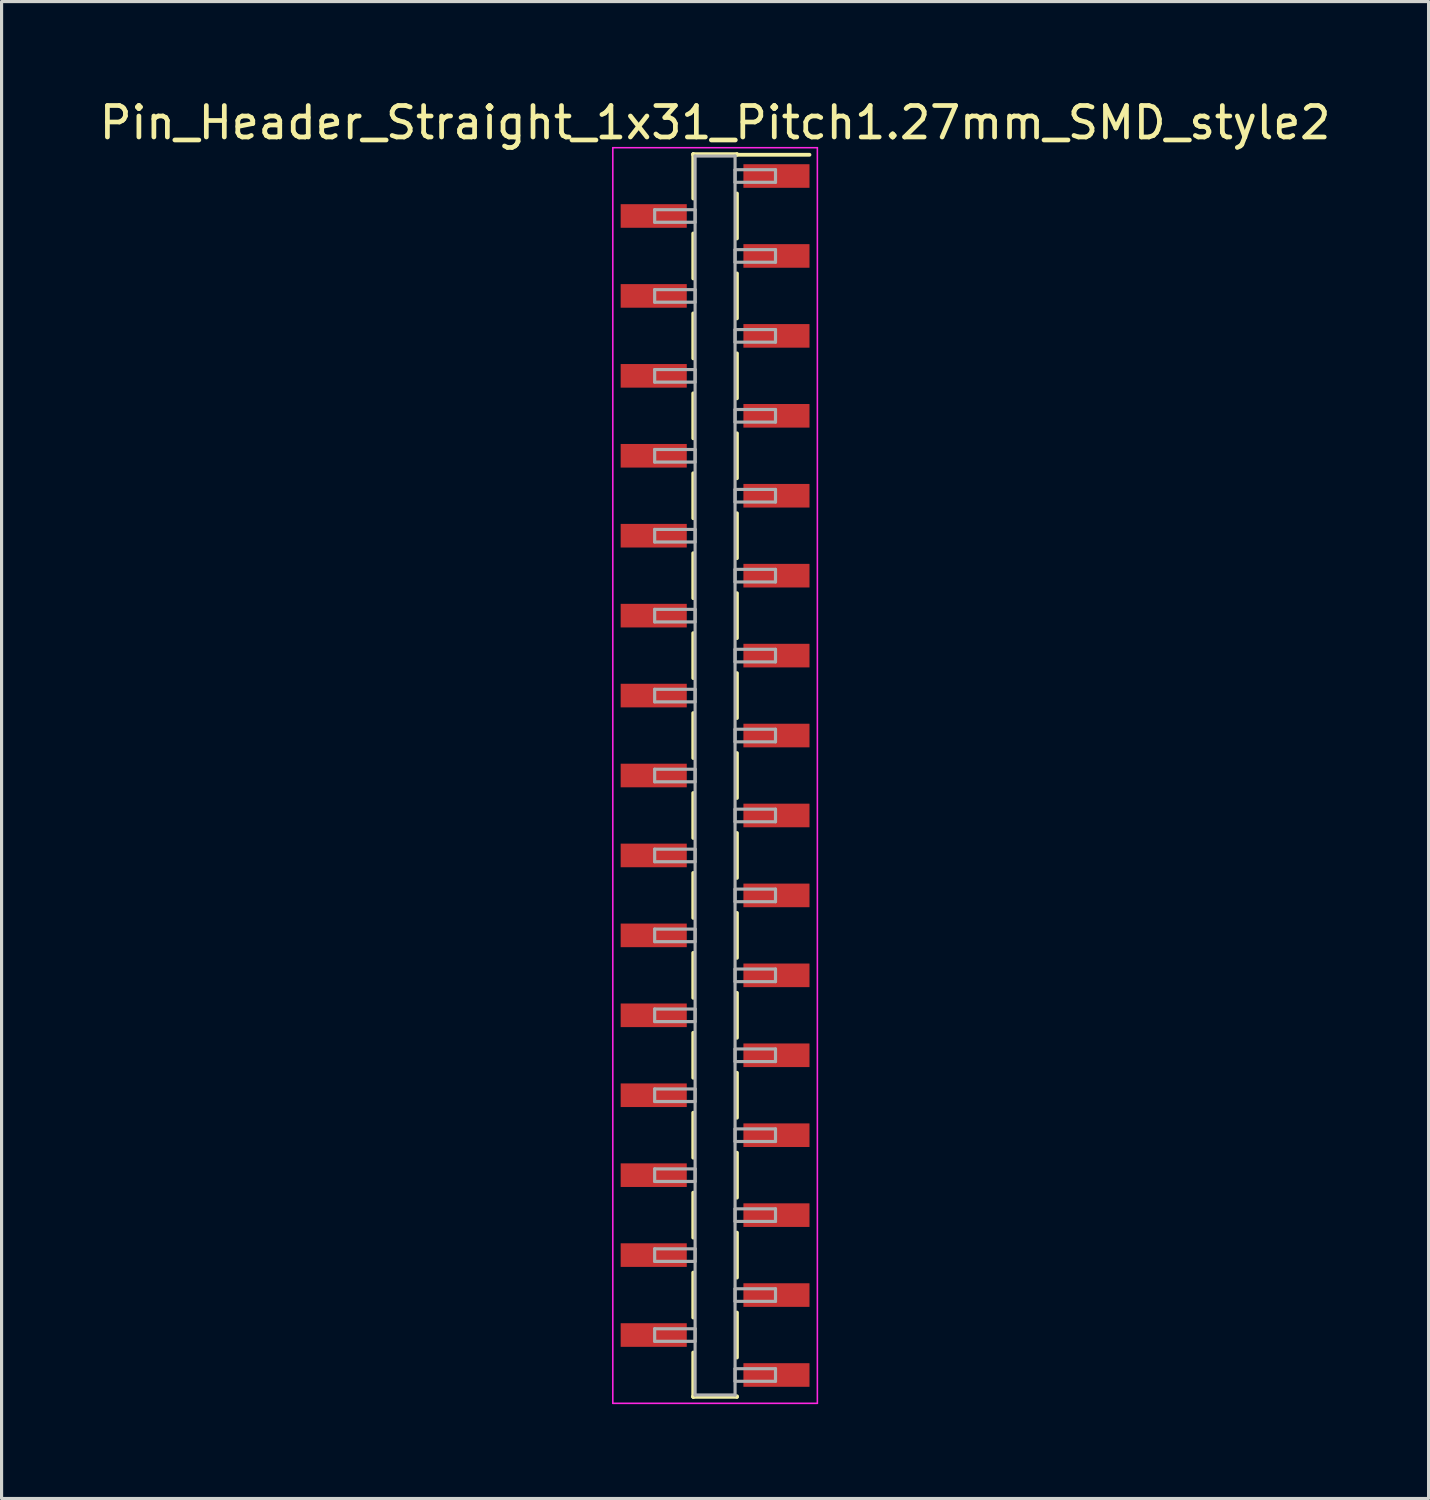
<source format=kicad_pcb>
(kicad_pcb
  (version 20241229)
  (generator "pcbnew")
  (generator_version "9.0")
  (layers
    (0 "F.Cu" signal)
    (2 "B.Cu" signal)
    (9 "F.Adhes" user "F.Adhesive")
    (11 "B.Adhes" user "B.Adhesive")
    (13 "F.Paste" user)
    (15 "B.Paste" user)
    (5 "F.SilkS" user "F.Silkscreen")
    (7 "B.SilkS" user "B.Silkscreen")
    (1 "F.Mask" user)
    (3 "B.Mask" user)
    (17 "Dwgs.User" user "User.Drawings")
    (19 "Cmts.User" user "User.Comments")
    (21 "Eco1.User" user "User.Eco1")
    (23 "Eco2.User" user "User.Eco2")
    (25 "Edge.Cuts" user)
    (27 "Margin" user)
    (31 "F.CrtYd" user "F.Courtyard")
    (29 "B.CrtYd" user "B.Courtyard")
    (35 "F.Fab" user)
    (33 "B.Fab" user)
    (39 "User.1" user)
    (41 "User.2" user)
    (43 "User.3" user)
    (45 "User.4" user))
  (footprint "Pin_Header_Straight_1x31_Pitch1.27mm_SMD_style2"
    (layer "F.Cu")
    (at 19.673 21.593)
    (property "Reference" "Pin_Header_Straight_1x31_Pitch1.27mm_SMD_style2" (at 0 -20.745 0) (layer "F.SilkS") (effects (font (size 1 1) (thickness 0.15))))
    (attr smd)
    (fp_line (start -0.695 -19.745) (end -0.695 -18.335) (stroke (width 0.12) (type solid)) (layer "F.SilkS"))
    (fp_line (start -0.695 -19.745) (end 0.695 -19.745) (stroke (width 0.12) (type solid)) (layer "F.SilkS"))
    (fp_line (start -0.695 -19.725) (end -0.695 -19.745) (stroke (width 0.12) (type solid)) (layer "F.SilkS"))
    (fp_line (start -0.695 -17.225) (end -0.695 -15.795) (stroke (width 0.12) (type solid)) (layer "F.SilkS"))
    (fp_line (start -0.695 -14.685) (end -0.695 -13.255) (stroke (width 0.12) (type solid)) (layer "F.SilkS"))
    (fp_line (start -0.695 -12.145) (end -0.695 -10.715) (stroke (width 0.12) (type solid)) (layer "F.SilkS"))
    (fp_line (start -0.695 -9.605) (end -0.695 -8.175) (stroke (width 0.12) (type solid)) (layer "F.SilkS"))
    (fp_line (start -0.695 -7.065) (end -0.695 -5.635) (stroke (width 0.12) (type solid)) (layer "F.SilkS"))
    (fp_line (start -0.695 -4.525) (end -0.695 -3.095) (stroke (width 0.12) (type solid)) (layer "F.SilkS"))
    (fp_line (start -0.695 -1.985) (end -0.695 -0.555) (stroke (width 0.12) (type solid)) (layer "F.SilkS"))
    (fp_line (start -0.695 0.555) (end -0.695 1.985) (stroke (width 0.12) (type solid)) (layer "F.SilkS"))
    (fp_line (start -0.695 3.095) (end -0.695 4.525) (stroke (width 0.12) (type solid)) (layer "F.SilkS"))
    (fp_line (start -0.695 5.635) (end -0.695 7.065) (stroke (width 0.12) (type solid)) (layer "F.SilkS"))
    (fp_line (start -0.695 8.175) (end -0.695 9.605) (stroke (width 0.12) (type solid)) (layer "F.SilkS"))
    (fp_line (start -0.695 10.715) (end -0.695 12.145) (stroke (width 0.12) (type solid)) (layer "F.SilkS"))
    (fp_line (start -0.695 13.255) (end -0.695 14.685) (stroke (width 0.12) (type solid)) (layer "F.SilkS"))
    (fp_line (start -0.695 15.795) (end -0.695 17.225) (stroke (width 0.12) (type solid)) (layer "F.SilkS"))
    (fp_line (start -0.695 18.335) (end -0.695 19.745) (stroke (width 0.12) (type solid)) (layer "F.SilkS"))
    (fp_line (start -0.695 19.725) (end -0.695 19.745) (stroke (width 0.12) (type solid)) (layer "F.SilkS"))
    (fp_line (start -0.695 19.745) (end 0.695 19.745) (stroke (width 0.12) (type solid)) (layer "F.SilkS"))
    (fp_line (start 0.695 -19.745) (end 0.695 -19.725) (stroke (width 0.12) (type solid)) (layer "F.SilkS"))
    (fp_line (start 0.695 -19.725) (end 3 -19.725) (stroke (width 0.12) (type solid)) (layer "F.SilkS"))
    (fp_line (start 0.695 -18.495) (end 0.695 -17.065) (stroke (width 0.12) (type solid)) (layer "F.SilkS"))
    (fp_line (start 0.695 -15.955) (end 0.695 -14.525) (stroke (width 0.12) (type solid)) (layer "F.SilkS"))
    (fp_line (start 0.695 -13.415) (end 0.695 -11.985) (stroke (width 0.12) (type solid)) (layer "F.SilkS"))
    (fp_line (start 0.695 -10.875) (end 0.695 -9.445) (stroke (width 0.12) (type solid)) (layer "F.SilkS"))
    (fp_line (start 0.695 -8.335) (end 0.695 -6.905) (stroke (width 0.12) (type solid)) (layer "F.SilkS"))
    (fp_line (start 0.695 -5.795) (end 0.695 -4.365) (stroke (width 0.12) (type solid)) (layer "F.SilkS"))
    (fp_line (start 0.695 -3.255) (end 0.695 -1.825) (stroke (width 0.12) (type solid)) (layer "F.SilkS"))
    (fp_line (start 0.695 -0.715) (end 0.695 0.715) (stroke (width 0.12) (type solid)) (layer "F.SilkS"))
    (fp_line (start 0.695 1.825) (end 0.695 3.255) (stroke (width 0.12) (type solid)) (layer "F.SilkS"))
    (fp_line (start 0.695 4.365) (end 0.695 5.795) (stroke (width 0.12) (type solid)) (layer "F.SilkS"))
    (fp_line (start 0.695 6.905) (end 0.695 8.335) (stroke (width 0.12) (type solid)) (layer "F.SilkS"))
    (fp_line (start 0.695 9.445) (end 0.695 10.875) (stroke (width 0.12) (type solid)) (layer "F.SilkS"))
    (fp_line (start 0.695 11.985) (end 0.695 13.415) (stroke (width 0.12) (type solid)) (layer "F.SilkS"))
    (fp_line (start 0.695 14.525) (end 0.695 15.955) (stroke (width 0.12) (type solid)) (layer "F.SilkS"))
    (fp_line (start 0.695 17.065) (end 0.695 18.495) (stroke (width 0.12) (type solid)) (layer "F.SilkS"))
    (fp_line (start 0.695 19.745) (end 0.695 19.725) (stroke (width 0.12) (type solid)) (layer "F.SilkS"))
    (fp_line (start -3.25 -19.95) (end -3.25 19.95) (stroke (width 0.05) (type solid)) (layer "F.CrtYd"))
    (fp_line (start -3.25 19.95) (end 3.25 19.95) (stroke (width 0.05) (type solid)) (layer "F.CrtYd"))
    (fp_line (start 3.25 -19.95) (end -3.25 -19.95) (stroke (width 0.05) (type solid)) (layer "F.CrtYd"))
    (fp_line (start 3.25 19.95) (end 3.25 -19.95) (stroke (width 0.05) (type solid)) (layer "F.CrtYd"))
    (fp_line (start -1.92 -17.98) (end -0.635 -17.98) (stroke (width 0.1) (type solid)) (layer "F.Fab"))
    (fp_line (start -1.92 -17.58) (end -1.92 -17.98) (stroke (width 0.1) (type solid)) (layer "F.Fab"))
    (fp_line (start -1.92 -15.44) (end -0.635 -15.44) (stroke (width 0.1) (type solid)) (layer "F.Fab"))
    (fp_line (start -1.92 -15.04) (end -1.92 -15.44) (stroke (width 0.1) (type solid)) (layer "F.Fab"))
    (fp_line (start -1.92 -12.9) (end -0.635 -12.9) (stroke (width 0.1) (type solid)) (layer "F.Fab"))
    (fp_line (start -1.92 -12.5) (end -1.92 -12.9) (stroke (width 0.1) (type solid)) (layer "F.Fab"))
    (fp_line (start -1.92 -10.36) (end -0.635 -10.36) (stroke (width 0.1) (type solid)) (layer "F.Fab"))
    (fp_line (start -1.92 -9.96) (end -1.92 -10.36) (stroke (width 0.1) (type solid)) (layer "F.Fab"))
    (fp_line (start -1.92 -7.82) (end -0.635 -7.82) (stroke (width 0.1) (type solid)) (layer "F.Fab"))
    (fp_line (start -1.92 -7.42) (end -1.92 -7.82) (stroke (width 0.1) (type solid)) (layer "F.Fab"))
    (fp_line (start -1.92 -5.28) (end -0.635 -5.28) (stroke (width 0.1) (type solid)) (layer "F.Fab"))
    (fp_line (start -1.92 -4.88) (end -1.92 -5.28) (stroke (width 0.1) (type solid)) (layer "F.Fab"))
    (fp_line (start -1.92 -2.74) (end -0.635 -2.74) (stroke (width 0.1) (type solid)) (layer "F.Fab"))
    (fp_line (start -1.92 -2.34) (end -1.92 -2.74) (stroke (width 0.1) (type solid)) (layer "F.Fab"))
    (fp_line (start -1.92 -0.2) (end -0.635 -0.2) (stroke (width 0.1) (type solid)) (layer "F.Fab"))
    (fp_line (start -1.92 0.2) (end -1.92 -0.2) (stroke (width 0.1) (type solid)) (layer "F.Fab"))
    (fp_line (start -1.92 2.34) (end -0.635 2.34) (stroke (width 0.1) (type solid)) (layer "F.Fab"))
    (fp_line (start -1.92 2.74) (end -1.92 2.34) (stroke (width 0.1) (type solid)) (layer "F.Fab"))
    (fp_line (start -1.92 4.88) (end -0.635 4.88) (stroke (width 0.1) (type solid)) (layer "F.Fab"))
    (fp_line (start -1.92 5.28) (end -1.92 4.88) (stroke (width 0.1) (type solid)) (layer "F.Fab"))
    (fp_line (start -1.92 7.42) (end -0.635 7.42) (stroke (width 0.1) (type solid)) (layer "F.Fab"))
    (fp_line (start -1.92 7.82) (end -1.92 7.42) (stroke (width 0.1) (type solid)) (layer "F.Fab"))
    (fp_line (start -1.92 9.96) (end -0.635 9.96) (stroke (width 0.1) (type solid)) (layer "F.Fab"))
    (fp_line (start -1.92 10.36) (end -1.92 9.96) (stroke (width 0.1) (type solid)) (layer "F.Fab"))
    (fp_line (start -1.92 12.5) (end -0.635 12.5) (stroke (width 0.1) (type solid)) (layer "F.Fab"))
    (fp_line (start -1.92 12.9) (end -1.92 12.5) (stroke (width 0.1) (type solid)) (layer "F.Fab"))
    (fp_line (start -1.92 15.04) (end -0.635 15.04) (stroke (width 0.1) (type solid)) (layer "F.Fab"))
    (fp_line (start -1.92 15.44) (end -1.92 15.04) (stroke (width 0.1) (type solid)) (layer "F.Fab"))
    (fp_line (start -1.92 17.58) (end -0.635 17.58) (stroke (width 0.1) (type solid)) (layer "F.Fab"))
    (fp_line (start -1.92 17.98) (end -1.92 17.58) (stroke (width 0.1) (type solid)) (layer "F.Fab"))
    (fp_line (start -0.635 -19.685) (end -0.635 19.685) (stroke (width 0.1) (type solid)) (layer "F.Fab"))
    (fp_line (start -0.635 -17.98) (end -0.635 -17.58) (stroke (width 0.1) (type solid)) (layer "F.Fab"))
    (fp_line (start -0.635 -17.58) (end -1.92 -17.58) (stroke (width 0.1) (type solid)) (layer "F.Fab"))
    (fp_line (start -0.635 -15.44) (end -0.635 -15.04) (stroke (width 0.1) (type solid)) (layer "F.Fab"))
    (fp_line (start -0.635 -15.04) (end -1.92 -15.04) (stroke (width 0.1) (type solid)) (layer "F.Fab"))
    (fp_line (start -0.635 -12.9) (end -0.635 -12.5) (stroke (width 0.1) (type solid)) (layer "F.Fab"))
    (fp_line (start -0.635 -12.5) (end -1.92 -12.5) (stroke (width 0.1) (type solid)) (layer "F.Fab"))
    (fp_line (start -0.635 -10.36) (end -0.635 -9.96) (stroke (width 0.1) (type solid)) (layer "F.Fab"))
    (fp_line (start -0.635 -9.96) (end -1.92 -9.96) (stroke (width 0.1) (type solid)) (layer "F.Fab"))
    (fp_line (start -0.635 -7.82) (end -0.635 -7.42) (stroke (width 0.1) (type solid)) (layer "F.Fab"))
    (fp_line (start -0.635 -7.42) (end -1.92 -7.42) (stroke (width 0.1) (type solid)) (layer "F.Fab"))
    (fp_line (start -0.635 -5.28) (end -0.635 -4.88) (stroke (width 0.1) (type solid)) (layer "F.Fab"))
    (fp_line (start -0.635 -4.88) (end -1.92 -4.88) (stroke (width 0.1) (type solid)) (layer "F.Fab"))
    (fp_line (start -0.635 -2.74) (end -0.635 -2.34) (stroke (width 0.1) (type solid)) (layer "F.Fab"))
    (fp_line (start -0.635 -2.34) (end -1.92 -2.34) (stroke (width 0.1) (type solid)) (layer "F.Fab"))
    (fp_line (start -0.635 -0.2) (end -0.635 0.2) (stroke (width 0.1) (type solid)) (layer "F.Fab"))
    (fp_line (start -0.635 0.2) (end -1.92 0.2) (stroke (width 0.1) (type solid)) (layer "F.Fab"))
    (fp_line (start -0.635 2.34) (end -0.635 2.74) (stroke (width 0.1) (type solid)) (layer "F.Fab"))
    (fp_line (start -0.635 2.74) (end -1.92 2.74) (stroke (width 0.1) (type solid)) (layer "F.Fab"))
    (fp_line (start -0.635 4.88) (end -0.635 5.28) (stroke (width 0.1) (type solid)) (layer "F.Fab"))
    (fp_line (start -0.635 5.28) (end -1.92 5.28) (stroke (width 0.1) (type solid)) (layer "F.Fab"))
    (fp_line (start -0.635 7.42) (end -0.635 7.82) (stroke (width 0.1) (type solid)) (layer "F.Fab"))
    (fp_line (start -0.635 7.82) (end -1.92 7.82) (stroke (width 0.1) (type solid)) (layer "F.Fab"))
    (fp_line (start -0.635 9.96) (end -0.635 10.36) (stroke (width 0.1) (type solid)) (layer "F.Fab"))
    (fp_line (start -0.635 10.36) (end -1.92 10.36) (stroke (width 0.1) (type solid)) (layer "F.Fab"))
    (fp_line (start -0.635 12.5) (end -0.635 12.9) (stroke (width 0.1) (type solid)) (layer "F.Fab"))
    (fp_line (start -0.635 12.9) (end -1.92 12.9) (stroke (width 0.1) (type solid)) (layer "F.Fab"))
    (fp_line (start -0.635 15.04) (end -0.635 15.44) (stroke (width 0.1) (type solid)) (layer "F.Fab"))
    (fp_line (start -0.635 15.44) (end -1.92 15.44) (stroke (width 0.1) (type solid)) (layer "F.Fab"))
    (fp_line (start -0.635 17.58) (end -0.635 17.98) (stroke (width 0.1) (type solid)) (layer "F.Fab"))
    (fp_line (start -0.635 17.98) (end -1.92 17.98) (stroke (width 0.1) (type solid)) (layer "F.Fab"))
    (fp_line (start -0.635 19.685) (end 0.635 19.685) (stroke (width 0.1) (type solid)) (layer "F.Fab"))
    (fp_line (start 0.635 -19.685) (end -0.635 -19.685) (stroke (width 0.1) (type solid)) (layer "F.Fab"))
    (fp_line (start 0.635 -19.25) (end 0.635 -18.85) (stroke (width 0.1) (type solid)) (layer "F.Fab"))
    (fp_line (start 0.635 -18.85) (end 1.92 -18.85) (stroke (width 0.1) (type solid)) (layer "F.Fab"))
    (fp_line (start 0.635 -16.71) (end 0.635 -16.31) (stroke (width 0.1) (type solid)) (layer "F.Fab"))
    (fp_line (start 0.635 -16.31) (end 1.92 -16.31) (stroke (width 0.1) (type solid)) (layer "F.Fab"))
    (fp_line (start 0.635 -14.17) (end 0.635 -13.77) (stroke (width 0.1) (type solid)) (layer "F.Fab"))
    (fp_line (start 0.635 -13.77) (end 1.92 -13.77) (stroke (width 0.1) (type solid)) (layer "F.Fab"))
    (fp_line (start 0.635 -11.63) (end 0.635 -11.23) (stroke (width 0.1) (type solid)) (layer "F.Fab"))
    (fp_line (start 0.635 -11.23) (end 1.92 -11.23) (stroke (width 0.1) (type solid)) (layer "F.Fab"))
    (fp_line (start 0.635 -9.09) (end 0.635 -8.69) (stroke (width 0.1) (type solid)) (layer "F.Fab"))
    (fp_line (start 0.635 -8.69) (end 1.92 -8.69) (stroke (width 0.1) (type solid)) (layer "F.Fab"))
    (fp_line (start 0.635 -6.55) (end 0.635 -6.15) (stroke (width 0.1) (type solid)) (layer "F.Fab"))
    (fp_line (start 0.635 -6.15) (end 1.92 -6.15) (stroke (width 0.1) (type solid)) (layer "F.Fab"))
    (fp_line (start 0.635 -4.01) (end 0.635 -3.61) (stroke (width 0.1) (type solid)) (layer "F.Fab"))
    (fp_line (start 0.635 -3.61) (end 1.92 -3.61) (stroke (width 0.1) (type solid)) (layer "F.Fab"))
    (fp_line (start 0.635 -1.47) (end 0.635 -1.07) (stroke (width 0.1) (type solid)) (layer "F.Fab"))
    (fp_line (start 0.635 -1.07) (end 1.92 -1.07) (stroke (width 0.1) (type solid)) (layer "F.Fab"))
    (fp_line (start 0.635 1.07) (end 0.635 1.47) (stroke (width 0.1) (type solid)) (layer "F.Fab"))
    (fp_line (start 0.635 1.47) (end 1.92 1.47) (stroke (width 0.1) (type solid)) (layer "F.Fab"))
    (fp_line (start 0.635 3.61) (end 0.635 4.01) (stroke (width 0.1) (type solid)) (layer "F.Fab"))
    (fp_line (start 0.635 4.01) (end 1.92 4.01) (stroke (width 0.1) (type solid)) (layer "F.Fab"))
    (fp_line (start 0.635 6.15) (end 0.635 6.55) (stroke (width 0.1) (type solid)) (layer "F.Fab"))
    (fp_line (start 0.635 6.55) (end 1.92 6.55) (stroke (width 0.1) (type solid)) (layer "F.Fab"))
    (fp_line (start 0.635 8.69) (end 0.635 9.09) (stroke (width 0.1) (type solid)) (layer "F.Fab"))
    (fp_line (start 0.635 9.09) (end 1.92 9.09) (stroke (width 0.1) (type solid)) (layer "F.Fab"))
    (fp_line (start 0.635 11.23) (end 0.635 11.63) (stroke (width 0.1) (type solid)) (layer "F.Fab"))
    (fp_line (start 0.635 11.63) (end 1.92 11.63) (stroke (width 0.1) (type solid)) (layer "F.Fab"))
    (fp_line (start 0.635 13.77) (end 0.635 14.17) (stroke (width 0.1) (type solid)) (layer "F.Fab"))
    (fp_line (start 0.635 14.17) (end 1.92 14.17) (stroke (width 0.1) (type solid)) (layer "F.Fab"))
    (fp_line (start 0.635 16.31) (end 0.635 16.71) (stroke (width 0.1) (type solid)) (layer "F.Fab"))
    (fp_line (start 0.635 16.71) (end 1.92 16.71) (stroke (width 0.1) (type solid)) (layer "F.Fab"))
    (fp_line (start 0.635 18.85) (end 0.635 19.25) (stroke (width 0.1) (type solid)) (layer "F.Fab"))
    (fp_line (start 0.635 19.25) (end 1.92 19.25) (stroke (width 0.1) (type solid)) (layer "F.Fab"))
    (fp_line (start 0.635 19.685) (end 0.635 -19.685) (stroke (width 0.1) (type solid)) (layer "F.Fab"))
    (fp_line (start 1.92 -19.25) (end 0.635 -19.25) (stroke (width 0.1) (type solid)) (layer "F.Fab"))
    (fp_line (start 1.92 -18.85) (end 1.92 -19.25) (stroke (width 0.1) (type solid)) (layer "F.Fab"))
    (fp_line (start 1.92 -16.71) (end 0.635 -16.71) (stroke (width 0.1) (type solid)) (layer "F.Fab"))
    (fp_line (start 1.92 -16.31) (end 1.92 -16.71) (stroke (width 0.1) (type solid)) (layer "F.Fab"))
    (fp_line (start 1.92 -14.17) (end 0.635 -14.17) (stroke (width 0.1) (type solid)) (layer "F.Fab"))
    (fp_line (start 1.92 -13.77) (end 1.92 -14.17) (stroke (width 0.1) (type solid)) (layer "F.Fab"))
    (fp_line (start 1.92 -11.63) (end 0.635 -11.63) (stroke (width 0.1) (type solid)) (layer "F.Fab"))
    (fp_line (start 1.92 -11.23) (end 1.92 -11.63) (stroke (width 0.1) (type solid)) (layer "F.Fab"))
    (fp_line (start 1.92 -9.09) (end 0.635 -9.09) (stroke (width 0.1) (type solid)) (layer "F.Fab"))
    (fp_line (start 1.92 -8.69) (end 1.92 -9.09) (stroke (width 0.1) (type solid)) (layer "F.Fab"))
    (fp_line (start 1.92 -6.55) (end 0.635 -6.55) (stroke (width 0.1) (type solid)) (layer "F.Fab"))
    (fp_line (start 1.92 -6.15) (end 1.92 -6.55) (stroke (width 0.1) (type solid)) (layer "F.Fab"))
    (fp_line (start 1.92 -4.01) (end 0.635 -4.01) (stroke (width 0.1) (type solid)) (layer "F.Fab"))
    (fp_line (start 1.92 -3.61) (end 1.92 -4.01) (stroke (width 0.1) (type solid)) (layer "F.Fab"))
    (fp_line (start 1.92 -1.47) (end 0.635 -1.47) (stroke (width 0.1) (type solid)) (layer "F.Fab"))
    (fp_line (start 1.92 -1.07) (end 1.92 -1.47) (stroke (width 0.1) (type solid)) (layer "F.Fab"))
    (fp_line (start 1.92 1.07) (end 0.635 1.07) (stroke (width 0.1) (type solid)) (layer "F.Fab"))
    (fp_line (start 1.92 1.47) (end 1.92 1.07) (stroke (width 0.1) (type solid)) (layer "F.Fab"))
    (fp_line (start 1.92 3.61) (end 0.635 3.61) (stroke (width 0.1) (type solid)) (layer "F.Fab"))
    (fp_line (start 1.92 4.01) (end 1.92 3.61) (stroke (width 0.1) (type solid)) (layer "F.Fab"))
    (fp_line (start 1.92 6.15) (end 0.635 6.15) (stroke (width 0.1) (type solid)) (layer "F.Fab"))
    (fp_line (start 1.92 6.55) (end 1.92 6.15) (stroke (width 0.1) (type solid)) (layer "F.Fab"))
    (fp_line (start 1.92 8.69) (end 0.635 8.69) (stroke (width 0.1) (type solid)) (layer "F.Fab"))
    (fp_line (start 1.92 9.09) (end 1.92 8.69) (stroke (width 0.1) (type solid)) (layer "F.Fab"))
    (fp_line (start 1.92 11.23) (end 0.635 11.23) (stroke (width 0.1) (type solid)) (layer "F.Fab"))
    (fp_line (start 1.92 11.63) (end 1.92 11.23) (stroke (width 0.1) (type solid)) (layer "F.Fab"))
    (fp_line (start 1.92 13.77) (end 0.635 13.77) (stroke (width 0.1) (type solid)) (layer "F.Fab"))
    (fp_line (start 1.92 14.17) (end 1.92 13.77) (stroke (width 0.1) (type solid)) (layer "F.Fab"))
    (fp_line (start 1.92 16.31) (end 0.635 16.31) (stroke (width 0.1) (type solid)) (layer "F.Fab"))
    (fp_line (start 1.92 16.71) (end 1.92 16.31) (stroke (width 0.1) (type solid)) (layer "F.Fab"))
    (fp_line (start 1.92 18.85) (end 0.635 18.85) (stroke (width 0.1) (type solid)) (layer "F.Fab"))
    (fp_line (start 1.92 19.25) (end 1.92 18.85) (stroke (width 0.1) (type solid)) (layer "F.Fab"))
    (pad "1" smd rect (at 1.95 -19.05) (size 2.1 0.75) (layers "F.Cu" "F.Mask"))
    (pad "2" smd rect (at -1.95 -17.78) (size 2.1 0.75) (layers "F.Cu" "F.Mask"))
    (pad "3" smd rect (at 1.95 -16.51) (size 2.1 0.75) (layers "F.Cu" "F.Mask"))
    (pad "4" smd rect (at -1.95 -15.24) (size 2.1 0.75) (layers "F.Cu" "F.Mask"))
    (pad "5" smd rect (at 1.95 -13.97) (size 2.1 0.75) (layers "F.Cu" "F.Mask"))
    (pad "6" smd rect (at -1.95 -12.7) (size 2.1 0.75) (layers "F.Cu" "F.Mask"))
    (pad "7" smd rect (at 1.95 -11.43) (size 2.1 0.75) (layers "F.Cu" "F.Mask"))
    (pad "8" smd rect (at -1.95 -10.16) (size 2.1 0.75) (layers "F.Cu" "F.Mask"))
    (pad "9" smd rect (at 1.95 -8.89) (size 2.1 0.75) (layers "F.Cu" "F.Mask"))
    (pad "10" smd rect (at -1.95 -7.62) (size 2.1 0.75) (layers "F.Cu" "F.Mask"))
    (pad "11" smd rect (at 1.95 -6.35) (size 2.1 0.75) (layers "F.Cu" "F.Mask"))
    (pad "12" smd rect (at -1.95 -5.08) (size 2.1 0.75) (layers "F.Cu" "F.Mask"))
    (pad "13" smd rect (at 1.95 -3.81) (size 2.1 0.75) (layers "F.Cu" "F.Mask"))
    (pad "14" smd rect (at -1.95 -2.54) (size 2.1 0.75) (layers "F.Cu" "F.Mask"))
    (pad "15" smd rect (at 1.95 -1.27) (size 2.1 0.75) (layers "F.Cu" "F.Mask"))
    (pad "16" smd rect (at -1.95 0) (size 2.1 0.75) (layers "F.Cu" "F.Mask"))
    (pad "17" smd rect (at 1.95 1.27) (size 2.1 0.75) (layers "F.Cu" "F.Mask"))
    (pad "18" smd rect (at -1.95 2.54) (size 2.1 0.75) (layers "F.Cu" "F.Mask"))
    (pad "19" smd rect (at 1.95 3.81) (size 2.1 0.75) (layers "F.Cu" "F.Mask"))
    (pad "20" smd rect (at -1.95 5.08) (size 2.1 0.75) (layers "F.Cu" "F.Mask"))
    (pad "21" smd rect (at 1.95 6.35) (size 2.1 0.75) (layers "F.Cu" "F.Mask"))
    (pad "22" smd rect (at -1.95 7.62) (size 2.1 0.75) (layers "F.Cu" "F.Mask"))
    (pad "23" smd rect (at 1.95 8.89) (size 2.1 0.75) (layers "F.Cu" "F.Mask"))
    (pad "24" smd rect (at -1.95 10.16) (size 2.1 0.75) (layers "F.Cu" "F.Mask"))
    (pad "25" smd rect (at 1.95 11.43) (size 2.1 0.75) (layers "F.Cu" "F.Mask"))
    (pad "26" smd rect (at -1.95 12.7) (size 2.1 0.75) (layers "F.Cu" "F.Mask"))
    (pad "27" smd rect (at 1.95 13.97) (size 2.1 0.75) (layers "F.Cu" "F.Mask"))
    (pad "28" smd rect (at -1.95 15.24) (size 2.1 0.75) (layers "F.Cu" "F.Mask"))
    (pad "29" smd rect (at 1.95 16.51) (size 2.1 0.75) (layers "F.Cu" "F.Mask"))
    (pad "30" smd rect (at -1.95 17.78) (size 2.1 0.75) (layers "F.Cu" "F.Mask"))
    (pad "31" smd rect (at 1.95 19.05) (size 2.1 0.75) (layers "F.Cu" "F.Mask")))
  (gr_rect
    (start -3 -3)
    (end 42.345 44.568)
    (stroke (width 0.1) (type default))
    (fill no)
    (layer "Edge.Cuts")))
</source>
